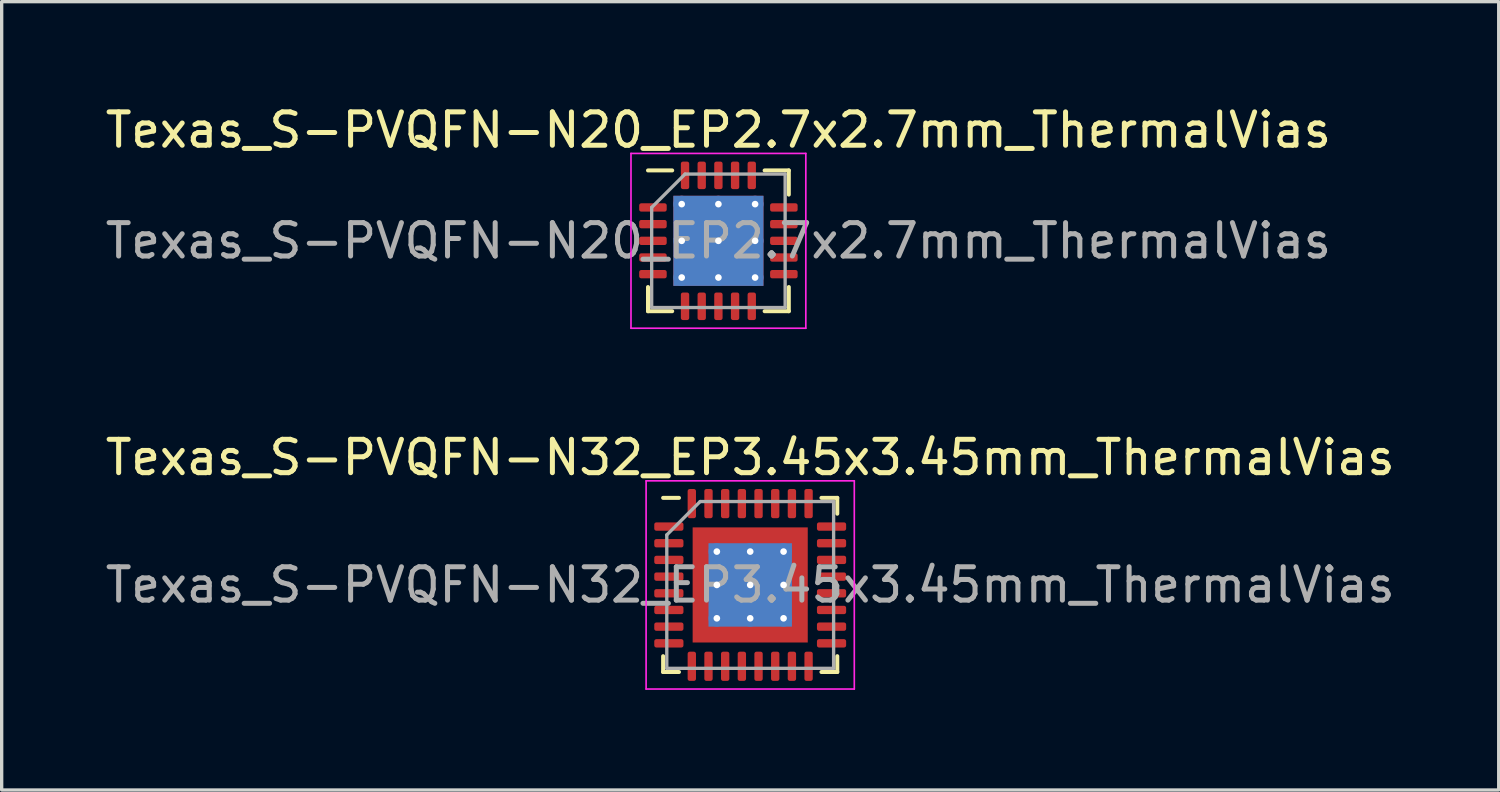
<source format=kicad_pcb>
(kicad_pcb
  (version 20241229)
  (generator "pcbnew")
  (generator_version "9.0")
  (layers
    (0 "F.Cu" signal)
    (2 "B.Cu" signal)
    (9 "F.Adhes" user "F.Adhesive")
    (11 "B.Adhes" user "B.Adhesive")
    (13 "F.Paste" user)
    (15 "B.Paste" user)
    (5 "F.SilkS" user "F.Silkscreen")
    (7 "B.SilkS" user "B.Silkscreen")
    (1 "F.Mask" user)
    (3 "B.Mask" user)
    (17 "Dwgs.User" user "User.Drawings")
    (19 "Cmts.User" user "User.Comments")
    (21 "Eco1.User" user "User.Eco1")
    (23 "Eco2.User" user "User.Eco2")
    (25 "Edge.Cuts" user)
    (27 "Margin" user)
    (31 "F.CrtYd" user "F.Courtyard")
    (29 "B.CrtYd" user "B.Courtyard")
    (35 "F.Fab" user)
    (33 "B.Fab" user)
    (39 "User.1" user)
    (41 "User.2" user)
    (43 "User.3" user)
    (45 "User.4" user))
  (footprint "Texas_S-PVQFN-N20_EP2.7x2.7mm_ThermalVias"
    (layer "F.Cu")
    (at 18.482 4.168)
    (property "Reference" "Texas_S-PVQFN-N20_EP2.7x2.7mm_ThermalVias" (at 0 -3.32 0) (layer "F.SilkS") (effects (font (size 1 1) (thickness 0.15))))
    (attr smd)
    (fp_line (start -2.11 2.11) (end -2.11 1.385) (stroke (width 0.12) (type solid)) (layer "F.SilkS"))
    (fp_line (start -1.385 -2.11) (end -2.11 -2.11) (stroke (width 0.12) (type solid)) (layer "F.SilkS"))
    (fp_line (start -1.385 2.11) (end -2.11 2.11) (stroke (width 0.12) (type solid)) (layer "F.SilkS"))
    (fp_line (start 1.385 -2.11) (end 2.11 -2.11) (stroke (width 0.12) (type solid)) (layer "F.SilkS"))
    (fp_line (start 1.385 2.11) (end 2.11 2.11) (stroke (width 0.12) (type solid)) (layer "F.SilkS"))
    (fp_line (start 2.11 -2.11) (end 2.11 -1.385) (stroke (width 0.12) (type solid)) (layer "F.SilkS"))
    (fp_line (start 2.11 2.11) (end 2.11 1.385) (stroke (width 0.12) (type solid)) (layer "F.SilkS"))
    (fp_line (start -2.62 -2.62) (end -2.62 2.62) (stroke (width 0.05) (type solid)) (layer "F.CrtYd"))
    (fp_line (start -2.62 2.62) (end 2.62 2.62) (stroke (width 0.05) (type solid)) (layer "F.CrtYd"))
    (fp_line (start 2.62 -2.62) (end -2.62 -2.62) (stroke (width 0.05) (type solid)) (layer "F.CrtYd"))
    (fp_line (start 2.62 2.62) (end 2.62 -2.62) (stroke (width 0.05) (type solid)) (layer "F.CrtYd"))
    (fp_line (start -2 -1) (end -1 -2) (stroke (width 0.1) (type solid)) (layer "F.Fab"))
    (fp_line (start -2 2) (end -2 -1) (stroke (width 0.1) (type solid)) (layer "F.Fab"))
    (fp_line (start -1 -2) (end 2 -2) (stroke (width 0.1) (type solid)) (layer "F.Fab"))
    (fp_line (start 2 -2) (end 2 2) (stroke (width 0.1) (type solid)) (layer "F.Fab"))
    (fp_line (start 2 2) (end -2 2) (stroke (width 0.1) (type solid)) (layer "F.Fab"))
    (fp_text user "${REFERENCE}" (at 0 0 0) (layer "F.Fab") (effects (font (size 1 1) (thickness 0.15))))
    (pad "" smd roundrect (at -0.675 -0.675) (size 1.13 1.13) (layers "F.Paste") (roundrect_rratio 0.221))
    (pad "" smd roundrect (at -0.675 0.675) (size 1.13 1.13) (layers "F.Paste") (roundrect_rratio 0.221))
    (pad "" smd roundrect (at 0.675 -0.675) (size 1.13 1.13) (layers "F.Paste") (roundrect_rratio 0.221))
    (pad "" smd roundrect (at 0.675 0.675) (size 1.13 1.13) (layers "F.Paste") (roundrect_rratio 0.221))
    (pad "1" smd roundrect (at -1.962 -1) (size 0.825 0.25) (layers "F.Cu" "F.Mask" "F.Paste") (roundrect_rratio 0.25))
    (pad "2" smd roundrect (at -1.962 -0.5) (size 0.825 0.25) (layers "F.Cu" "F.Mask" "F.Paste") (roundrect_rratio 0.25))
    (pad "3" smd roundrect (at -1.962 0) (size 0.825 0.25) (layers "F.Cu" "F.Mask" "F.Paste") (roundrect_rratio 0.25))
    (pad "4" smd roundrect (at -1.962 0.5) (size 0.825 0.25) (layers "F.Cu" "F.Mask" "F.Paste") (roundrect_rratio 0.25))
    (pad "5" smd roundrect (at -1.962 1) (size 0.825 0.25) (layers "F.Cu" "F.Mask" "F.Paste") (roundrect_rratio 0.25))
    (pad "6" smd roundrect (at -1 1.962) (size 0.25 0.825) (layers "F.Cu" "F.Mask" "F.Paste") (roundrect_rratio 0.25))
    (pad "7" smd roundrect (at -0.5 1.962) (size 0.25 0.825) (layers "F.Cu" "F.Mask" "F.Paste") (roundrect_rratio 0.25))
    (pad "8" smd roundrect (at 0 1.962) (size 0.25 0.825) (layers "F.Cu" "F.Mask" "F.Paste") (roundrect_rratio 0.25))
    (pad "9" smd roundrect (at 0.5 1.962) (size 0.25 0.825) (layers "F.Cu" "F.Mask" "F.Paste") (roundrect_rratio 0.25))
    (pad "10" smd roundrect (at 1 1.962) (size 0.25 0.825) (layers "F.Cu" "F.Mask" "F.Paste") (roundrect_rratio 0.25))
    (pad "11" smd roundrect (at 1.962 1) (size 0.825 0.25) (layers "F.Cu" "F.Mask" "F.Paste") (roundrect_rratio 0.25))
    (pad "12" smd roundrect (at 1.962 0.5) (size 0.825 0.25) (layers "F.Cu" "F.Mask" "F.Paste") (roundrect_rratio 0.25))
    (pad "13" smd roundrect (at 1.962 0) (size 0.825 0.25) (layers "F.Cu" "F.Mask" "F.Paste") (roundrect_rratio 0.25))
    (pad "14" smd roundrect (at 1.962 -0.5) (size 0.825 0.25) (layers "F.Cu" "F.Mask" "F.Paste") (roundrect_rratio 0.25))
    (pad "15" smd roundrect (at 1.962 -1) (size 0.825 0.25) (layers "F.Cu" "F.Mask" "F.Paste") (roundrect_rratio 0.25))
    (pad "16" smd roundrect (at 1 -1.962) (size 0.25 0.825) (layers "F.Cu" "F.Mask" "F.Paste") (roundrect_rratio 0.25))
    (pad "17" smd roundrect (at 0.5 -1.962) (size 0.25 0.825) (layers "F.Cu" "F.Mask" "F.Paste") (roundrect_rratio 0.25))
    (pad "18" smd roundrect (at 0 -1.962) (size 0.25 0.825) (layers "F.Cu" "F.Mask" "F.Paste") (roundrect_rratio 0.25))
    (pad "19" smd roundrect (at -0.5 -1.962) (size 0.25 0.825) (layers "F.Cu" "F.Mask" "F.Paste") (roundrect_rratio 0.25))
    (pad "20" smd roundrect (at -1 -1.962) (size 0.25 0.825) (layers "F.Cu" "F.Mask" "F.Paste") (roundrect_rratio 0.25))
    (pad "21" thru_hole circle (at -1.1 -1.1) (size 0.5 0.5) (drill 0.2) (layers "*.Cu"))
    (pad "21" thru_hole circle (at -1.1 0) (size 0.5 0.5) (drill 0.2) (layers "*.Cu"))
    (pad "21" thru_hole circle (at -1.1 1.1) (size 0.5 0.5) (drill 0.2) (layers "*.Cu"))
    (pad "21" thru_hole circle (at 0 -1.1) (size 0.5 0.5) (drill 0.2) (layers "*.Cu"))
    (pad "21" thru_hole circle (at 0 0) (size 0.5 0.5) (drill 0.2) (layers "*.Cu"))
    (pad "21" smd rect (at 0 0) (size 2.7 2.7) (layers "F.Cu" "F.Mask"))
    (pad "21" smd rect (at 0 0) (size 2.7 2.7) (layers "B.Cu"))
    (pad "21" thru_hole circle (at 0 1.1) (size 0.5 0.5) (drill 0.2) (layers "*.Cu"))
    (pad "21" thru_hole circle (at 1.1 -1.1) (size 0.5 0.5) (drill 0.2) (layers "*.Cu"))
    (pad "21" thru_hole circle (at 1.1 0) (size 0.5 0.5) (drill 0.2) (layers "*.Cu"))
    (pad "21" thru_hole circle (at 1.1 1.1) (size 0.5 0.5) (drill 0.2) (layers "*.Cu")))
  (footprint "Texas_S-PVQFN-N32_EP3.45x3.45mm_ThermalVias"
    (layer "F.Cu")
    (at 19.435 14.482)
    (property "Reference" "Texas_S-PVQFN-N32_EP3.45x3.45mm_ThermalVias" (at 0 -3.82 0) (layer "F.SilkS") (effects (font (size 1 1) (thickness 0.15))))
    (attr smd)
    (fp_line (start -2.61 2.61) (end -2.61 2.135) (stroke (width 0.12) (type solid)) (layer "F.SilkS"))
    (fp_line (start -2.135 -2.61) (end -2.61 -2.61) (stroke (width 0.12) (type solid)) (layer "F.SilkS"))
    (fp_line (start -2.135 2.61) (end -2.61 2.61) (stroke (width 0.12) (type solid)) (layer "F.SilkS"))
    (fp_line (start 2.135 -2.61) (end 2.61 -2.61) (stroke (width 0.12) (type solid)) (layer "F.SilkS"))
    (fp_line (start 2.135 2.61) (end 2.61 2.61) (stroke (width 0.12) (type solid)) (layer "F.SilkS"))
    (fp_line (start 2.61 -2.61) (end 2.61 -2.135) (stroke (width 0.12) (type solid)) (layer "F.SilkS"))
    (fp_line (start 2.61 2.61) (end 2.61 2.135) (stroke (width 0.12) (type solid)) (layer "F.SilkS"))
    (fp_line (start -3.12 -3.12) (end -3.12 3.12) (stroke (width 0.05) (type solid)) (layer "F.CrtYd"))
    (fp_line (start -3.12 3.12) (end 3.12 3.12) (stroke (width 0.05) (type solid)) (layer "F.CrtYd"))
    (fp_line (start 3.12 -3.12) (end -3.12 -3.12) (stroke (width 0.05) (type solid)) (layer "F.CrtYd"))
    (fp_line (start 3.12 3.12) (end 3.12 -3.12) (stroke (width 0.05) (type solid)) (layer "F.CrtYd"))
    (fp_line (start -2.5 -1.5) (end -1.5 -2.5) (stroke (width 0.1) (type solid)) (layer "F.Fab"))
    (fp_line (start -2.5 2.5) (end -2.5 -1.5) (stroke (width 0.1) (type solid)) (layer "F.Fab"))
    (fp_line (start -1.5 -2.5) (end 2.5 -2.5) (stroke (width 0.1) (type solid)) (layer "F.Fab"))
    (fp_line (start 2.5 -2.5) (end 2.5 2.5) (stroke (width 0.1) (type solid)) (layer "F.Fab"))
    (fp_line (start 2.5 2.5) (end -2.5 2.5) (stroke (width 0.1) (type solid)) (layer "F.Fab"))
    (fp_text user "${REFERENCE}" (at 0 0 0) (layer "F.Fab") (effects (font (size 1 1) (thickness 0.15))))
    (pad "" smd custom (at -1.363 -1.363) (size 0.484 0.484) (layers "F.Paste") (options (anchor circle)) (primitives (gr_poly (pts (xy -0.192 -0.192) (xy 0.192 -0.192) (xy 0.192 0.108) (xy 0.108 0.192) (xy -0.192 0.192)) (width 0.201) (fill yes))))
    (pad "" smd custom (at -1.363 -0.5) (size 0.503 0.503) (layers "F.Paste") (options (anchor circle)) (primitives (gr_poly (pts (xy -0.21 -0.321) (xy 0.143 -0.321) (xy 0.21 -0.254) (xy 0.21 0.254) (xy 0.143 0.321) (xy -0.21 0.321)) (width 0.164) (fill yes))))
    (pad "" smd custom (at -1.363 0.5) (size 0.503 0.503) (layers "F.Paste") (options (anchor circle)) (primitives (gr_poly (pts (xy -0.21 -0.321) (xy 0.143 -0.321) (xy 0.21 -0.254) (xy 0.21 0.254) (xy 0.143 0.321) (xy -0.21 0.321)) (width 0.164) (fill yes))))
    (pad "" smd custom (at -1.363 1.363) (size 0.484 0.484) (layers "F.Paste") (options (anchor circle)) (primitives (gr_poly (pts (xy -0.192 -0.192) (xy 0.108 -0.192) (xy 0.192 -0.108) (xy 0.192 0.192) (xy -0.192 0.192)) (width 0.201) (fill yes))))
    (pad "" smd custom (at -0.5 -1.363) (size 0.503 0.503) (layers "F.Paste") (options (anchor circle)) (primitives (gr_poly (pts (xy -0.321 -0.21) (xy 0.321 -0.21) (xy 0.321 0.143) (xy 0.254 0.21) (xy -0.254 0.21) (xy -0.321 0.143)) (width 0.164) (fill yes))))
    (pad "" smd roundrect (at -0.5 -0.5) (size 0.806 0.806) (layers "F.Paste") (roundrect_rratio 0.25))
    (pad "" smd roundrect (at -0.5 0.5) (size 0.806 0.806) (layers "F.Paste") (roundrect_rratio 0.25))
    (pad "" smd custom (at -0.5 1.363) (size 0.503 0.503) (layers "F.Paste") (options (anchor circle)) (primitives (gr_poly (pts (xy -0.321 -0.143) (xy -0.254 -0.21) (xy 0.254 -0.21) (xy 0.321 -0.143) (xy 0.321 0.21) (xy -0.321 0.21)) (width 0.164) (fill yes))))
    (pad "" smd custom (at 0.5 -1.363) (size 0.503 0.503) (layers "F.Paste") (options (anchor circle)) (primitives (gr_poly (pts (xy -0.321 -0.21) (xy 0.321 -0.21) (xy 0.321 0.143) (xy 0.254 0.21) (xy -0.254 0.21) (xy -0.321 0.143)) (width 0.164) (fill yes))))
    (pad "" smd roundrect (at 0.5 -0.5) (size 0.806 0.806) (layers "F.Paste") (roundrect_rratio 0.25))
    (pad "" smd roundrect (at 0.5 0.5) (size 0.806 0.806) (layers "F.Paste") (roundrect_rratio 0.25))
    (pad "" smd custom (at 0.5 1.363) (size 0.503 0.503) (layers "F.Paste") (options (anchor circle)) (primitives (gr_poly (pts (xy -0.321 -0.143) (xy -0.254 -0.21) (xy 0.254 -0.21) (xy 0.321 -0.143) (xy 0.321 0.21) (xy -0.321 0.21)) (width 0.164) (fill yes))))
    (pad "" smd custom (at 1.363 -1.363) (size 0.484 0.484) (layers "F.Paste") (options (anchor circle)) (primitives (gr_poly (pts (xy -0.192 -0.192) (xy 0.192 -0.192) (xy 0.192 0.192) (xy -0.108 0.192) (xy -0.192 0.108)) (width 0.201) (fill yes))))
    (pad "" smd custom (at 1.363 -0.5) (size 0.503 0.503) (layers "F.Paste") (options (anchor circle)) (primitives (gr_poly (pts (xy -0.21 -0.254) (xy -0.143 -0.321) (xy 0.21 -0.321) (xy 0.21 0.321) (xy -0.143 0.321) (xy -0.21 0.254)) (width 0.164) (fill yes))))
    (pad "" smd custom (at 1.363 0.5) (size 0.503 0.503) (layers "F.Paste") (options (anchor circle)) (primitives (gr_poly (pts (xy -0.21 -0.254) (xy -0.143 -0.321) (xy 0.21 -0.321) (xy 0.21 0.321) (xy -0.143 0.321) (xy -0.21 0.254)) (width 0.164) (fill yes))))
    (pad "" smd custom (at 1.363 1.363) (size 0.484 0.484) (layers "F.Paste") (options (anchor circle)) (primitives (gr_poly (pts (xy -0.192 -0.108) (xy -0.108 -0.192) (xy 0.192 -0.192) (xy 0.192 0.192) (xy -0.192 0.192)) (width 0.201) (fill yes))))
    (pad "1" smd roundrect (at -2.438 -1.75) (size 0.875 0.25) (layers "F.Cu" "F.Mask" "F.Paste") (roundrect_rratio 0.25))
    (pad "2" smd roundrect (at -2.438 -1.25) (size 0.875 0.25) (layers "F.Cu" "F.Mask" "F.Paste") (roundrect_rratio 0.25))
    (pad "3" smd roundrect (at -2.438 -0.75) (size 0.875 0.25) (layers "F.Cu" "F.Mask" "F.Paste") (roundrect_rratio 0.25))
    (pad "4" smd roundrect (at -2.438 -0.25) (size 0.875 0.25) (layers "F.Cu" "F.Mask" "F.Paste") (roundrect_rratio 0.25))
    (pad "5" smd roundrect (at -2.438 0.25) (size 0.875 0.25) (layers "F.Cu" "F.Mask" "F.Paste") (roundrect_rratio 0.25))
    (pad "6" smd roundrect (at -2.438 0.75) (size 0.875 0.25) (layers "F.Cu" "F.Mask" "F.Paste") (roundrect_rratio 0.25))
    (pad "7" smd roundrect (at -2.438 1.25) (size 0.875 0.25) (layers "F.Cu" "F.Mask" "F.Paste") (roundrect_rratio 0.25))
    (pad "8" smd roundrect (at -2.438 1.75) (size 0.875 0.25) (layers "F.Cu" "F.Mask" "F.Paste") (roundrect_rratio 0.25))
    (pad "9" smd roundrect (at -1.75 2.438) (size 0.25 0.875) (layers "F.Cu" "F.Mask" "F.Paste") (roundrect_rratio 0.25))
    (pad "10" smd roundrect (at -1.25 2.438) (size 0.25 0.875) (layers "F.Cu" "F.Mask" "F.Paste") (roundrect_rratio 0.25))
    (pad "11" smd roundrect (at -0.75 2.438) (size 0.25 0.875) (layers "F.Cu" "F.Mask" "F.Paste") (roundrect_rratio 0.25))
    (pad "12" smd roundrect (at -0.25 2.438) (size 0.25 0.875) (layers "F.Cu" "F.Mask" "F.Paste") (roundrect_rratio 0.25))
    (pad "13" smd roundrect (at 0.25 2.438) (size 0.25 0.875) (layers "F.Cu" "F.Mask" "F.Paste") (roundrect_rratio 0.25))
    (pad "14" smd roundrect (at 0.75 2.438) (size 0.25 0.875) (layers "F.Cu" "F.Mask" "F.Paste") (roundrect_rratio 0.25))
    (pad "15" smd roundrect (at 1.25 2.438) (size 0.25 0.875) (layers "F.Cu" "F.Mask" "F.Paste") (roundrect_rratio 0.25))
    (pad "16" smd roundrect (at 1.75 2.438) (size 0.25 0.875) (layers "F.Cu" "F.Mask" "F.Paste") (roundrect_rratio 0.25))
    (pad "17" smd roundrect (at 2.438 1.75) (size 0.875 0.25) (layers "F.Cu" "F.Mask" "F.Paste") (roundrect_rratio 0.25))
    (pad "18" smd roundrect (at 2.438 1.25) (size 0.875 0.25) (layers "F.Cu" "F.Mask" "F.Paste") (roundrect_rratio 0.25))
    (pad "19" smd roundrect (at 2.438 0.75) (size 0.875 0.25) (layers "F.Cu" "F.Mask" "F.Paste") (roundrect_rratio 0.25))
    (pad "20" smd roundrect (at 2.438 0.25) (size 0.875 0.25) (layers "F.Cu" "F.Mask" "F.Paste") (roundrect_rratio 0.25))
    (pad "21" smd roundrect (at 2.438 -0.25) (size 0.875 0.25) (layers "F.Cu" "F.Mask" "F.Paste") (roundrect_rratio 0.25))
    (pad "22" smd roundrect (at 2.438 -0.75) (size 0.875 0.25) (layers "F.Cu" "F.Mask" "F.Paste") (roundrect_rratio 0.25))
    (pad "23" smd roundrect (at 2.438 -1.25) (size 0.875 0.25) (layers "F.Cu" "F.Mask" "F.Paste") (roundrect_rratio 0.25))
    (pad "24" smd roundrect (at 2.438 -1.75) (size 0.875 0.25) (layers "F.Cu" "F.Mask" "F.Paste") (roundrect_rratio 0.25))
    (pad "25" smd roundrect (at 1.75 -2.438) (size 0.25 0.875) (layers "F.Cu" "F.Mask" "F.Paste") (roundrect_rratio 0.25))
    (pad "26" smd roundrect (at 1.25 -2.438) (size 0.25 0.875) (layers "F.Cu" "F.Mask" "F.Paste") (roundrect_rratio 0.25))
    (pad "27" smd roundrect (at 0.75 -2.438) (size 0.25 0.875) (layers "F.Cu" "F.Mask" "F.Paste") (roundrect_rratio 0.25))
    (pad "28" smd roundrect (at 0.25 -2.438) (size 0.25 0.875) (layers "F.Cu" "F.Mask" "F.Paste") (roundrect_rratio 0.25))
    (pad "29" smd roundrect (at -0.25 -2.438) (size 0.25 0.875) (layers "F.Cu" "F.Mask" "F.Paste") (roundrect_rratio 0.25))
    (pad "30" smd roundrect (at -0.75 -2.438) (size 0.25 0.875) (layers "F.Cu" "F.Mask" "F.Paste") (roundrect_rratio 0.25))
    (pad "31" smd roundrect (at -1.25 -2.438) (size 0.25 0.875) (layers "F.Cu" "F.Mask" "F.Paste") (roundrect_rratio 0.25))
    (pad "32" smd roundrect (at -1.75 -2.438) (size 0.25 0.875) (layers "F.Cu" "F.Mask" "F.Paste") (roundrect_rratio 0.25))
    (pad "33" thru_hole circle (at -1 -1) (size 0.5 0.5) (drill 0.2) (layers "*.Cu"))
    (pad "33" thru_hole circle (at -1 0) (size 0.5 0.5) (drill 0.2) (layers "*.Cu"))
    (pad "33" thru_hole circle (at -1 1) (size 0.5 0.5) (drill 0.2) (layers "*.Cu"))
    (pad "33" thru_hole circle (at 0 -1) (size 0.5 0.5) (drill 0.2) (layers "*.Cu"))
    (pad "33" thru_hole circle (at 0 0) (size 0.5 0.5) (drill 0.2) (layers "*.Cu"))
    (pad "33" smd rect (at 0 0) (size 2.5 2.5) (layers "B.Cu"))
    (pad "33" smd rect (at 0 0) (size 3.45 3.45) (layers "F.Cu" "F.Mask"))
    (pad "33" thru_hole circle (at 0 1) (size 0.5 0.5) (drill 0.2) (layers "*.Cu"))
    (pad "33" thru_hole circle (at 1 -1) (size 0.5 0.5) (drill 0.2) (layers "*.Cu"))
    (pad "33" thru_hole circle (at 1 0) (size 0.5 0.5) (drill 0.2) (layers "*.Cu"))
    (pad "33" thru_hole circle (at 1 1) (size 0.5 0.5) (drill 0.2) (layers "*.Cu")))
  (gr_rect
    (start -3 -3)
    (end 41.869 20.627)
    (stroke (width 0.1) (type default))
    (fill no)
    (layer "Edge.Cuts")))
</source>
